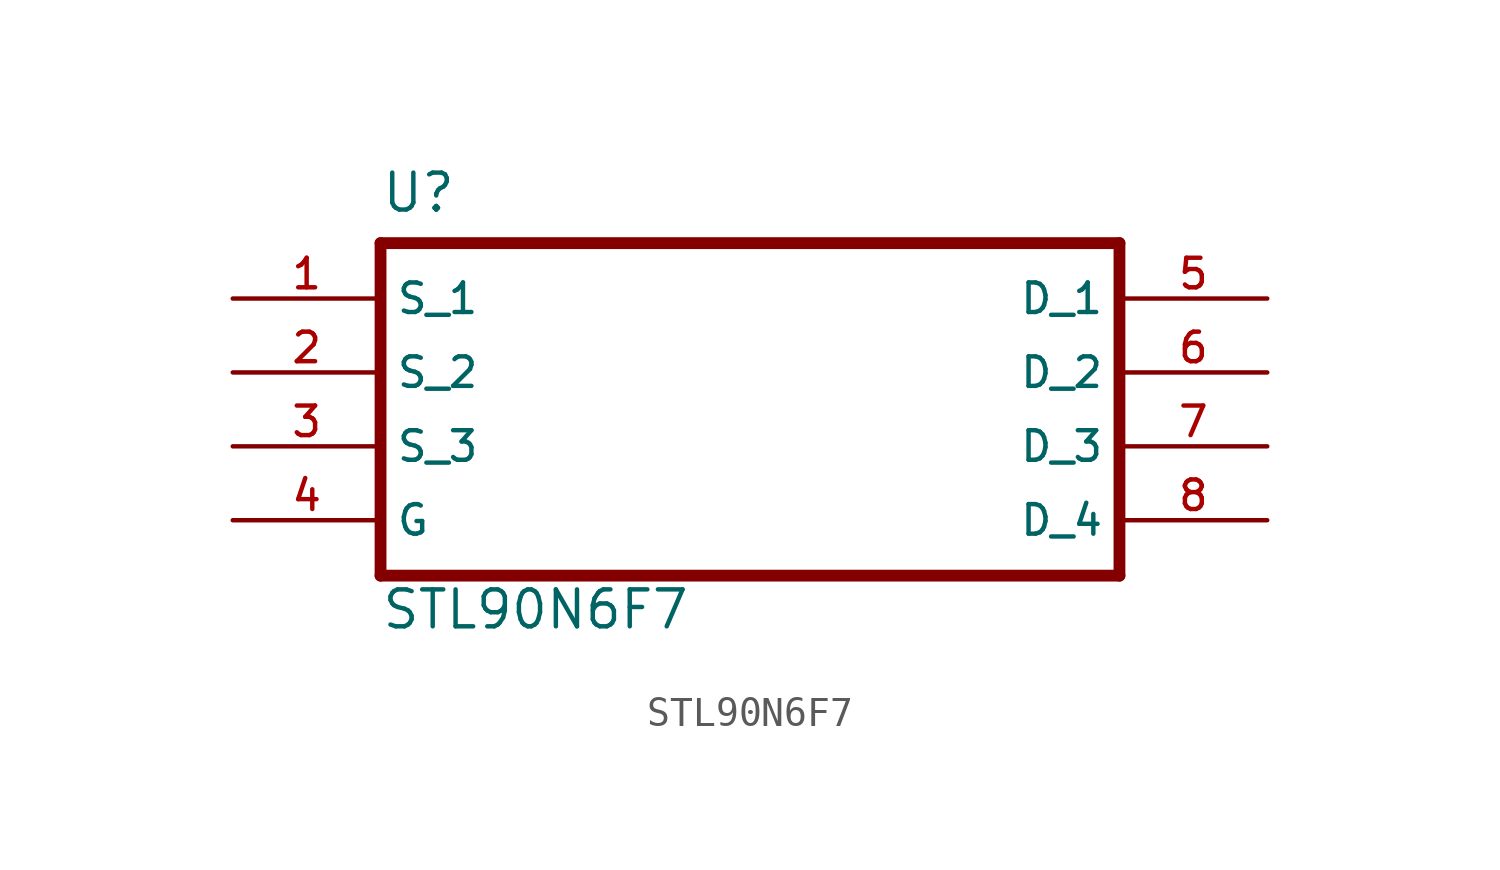
<source format=kicad_sym>
(kicad_symbol_lib
  (version 20200126)
  (host kicad_symbol_editor "5.99.0-unknown-77313e4~101~ubuntu18.04.1")
  (symbol "STL90N6F7:STL90N6F7"
    (property "Reference" "U"
      (at -13.335 6.706 0)
      (effects (font (size 1.27 1.27)) (justify left bottom)))
    (property "Value" "STL90N6F7"
      (at -13.335 -7.62 0)
      (effects (font (size 1.27 1.27)) (justify left bottom)))
    (property "ki_locked" ""
      (at 0 0 0)
      (effects (font (size 1.27 1.27))))
    (symbol "STL90N6F7_0_0"
      (polyline (pts (xy -13.335 5.715) (xy 12.065 5.715)) (stroke (width 0.406)) (fill (type none)))
      (polyline (pts (xy 12.065 5.715) (xy 12.065 -5.715)) (stroke (width 0.406)) (fill (type none)))
      (polyline (pts (xy 12.065 -5.715) (xy -13.335 -5.715)) (stroke (width 0.406)) (fill (type none)))
      (polyline (pts (xy -13.335 -5.715) (xy -13.335 5.715)) (stroke (width 0.406)) (fill (type none)))
      (pin bidirectional line (at 17.145 3.81 180) (length 5.08) (name "D_1" (effects (font (size 1.016 1.016)))) (number "5" (effects (font (size 1.016 1.016)))))
      (pin bidirectional line (at 17.145 1.27 180) (length 5.08) (name "D_2" (effects (font (size 1.016 1.016)))) (number "6" (effects (font (size 1.016 1.016)))))
      (pin bidirectional line (at -18.415 -3.81 0) (length 5.08) (name "G" (effects (font (size 1.016 1.016)))) (number "4" (effects (font (size 1.016 1.016)))))
      (pin bidirectional line (at -18.415 3.81 0) (length 5.08) (name "S_1" (effects (font (size 1.016 1.016)))) (number "1" (effects (font (size 1.016 1.016)))))
      (pin bidirectional line (at -18.415 1.27 0) (length 5.08) (name "S_2" (effects (font (size 1.016 1.016)))) (number "2" (effects (font (size 1.016 1.016)))))
      (pin bidirectional line (at -18.415 -1.27 0) (length 5.08) (name "S_3" (effects (font (size 1.016 1.016)))) (number "3" (effects (font (size 1.016 1.016)))))
      (pin bidirectional line (at 17.145 -1.27 180) (length 5.08) (name "D_3" (effects (font (size 1.016 1.016)))) (number "7" (effects (font (size 1.016 1.016)))))
      (pin bidirectional line (at 17.145 -3.81 180) (length 5.08) (name "D_4" (effects (font (size 1.016 1.016)))) (number "8" (effects (font (size 1.016 1.016))))))))
</source>
